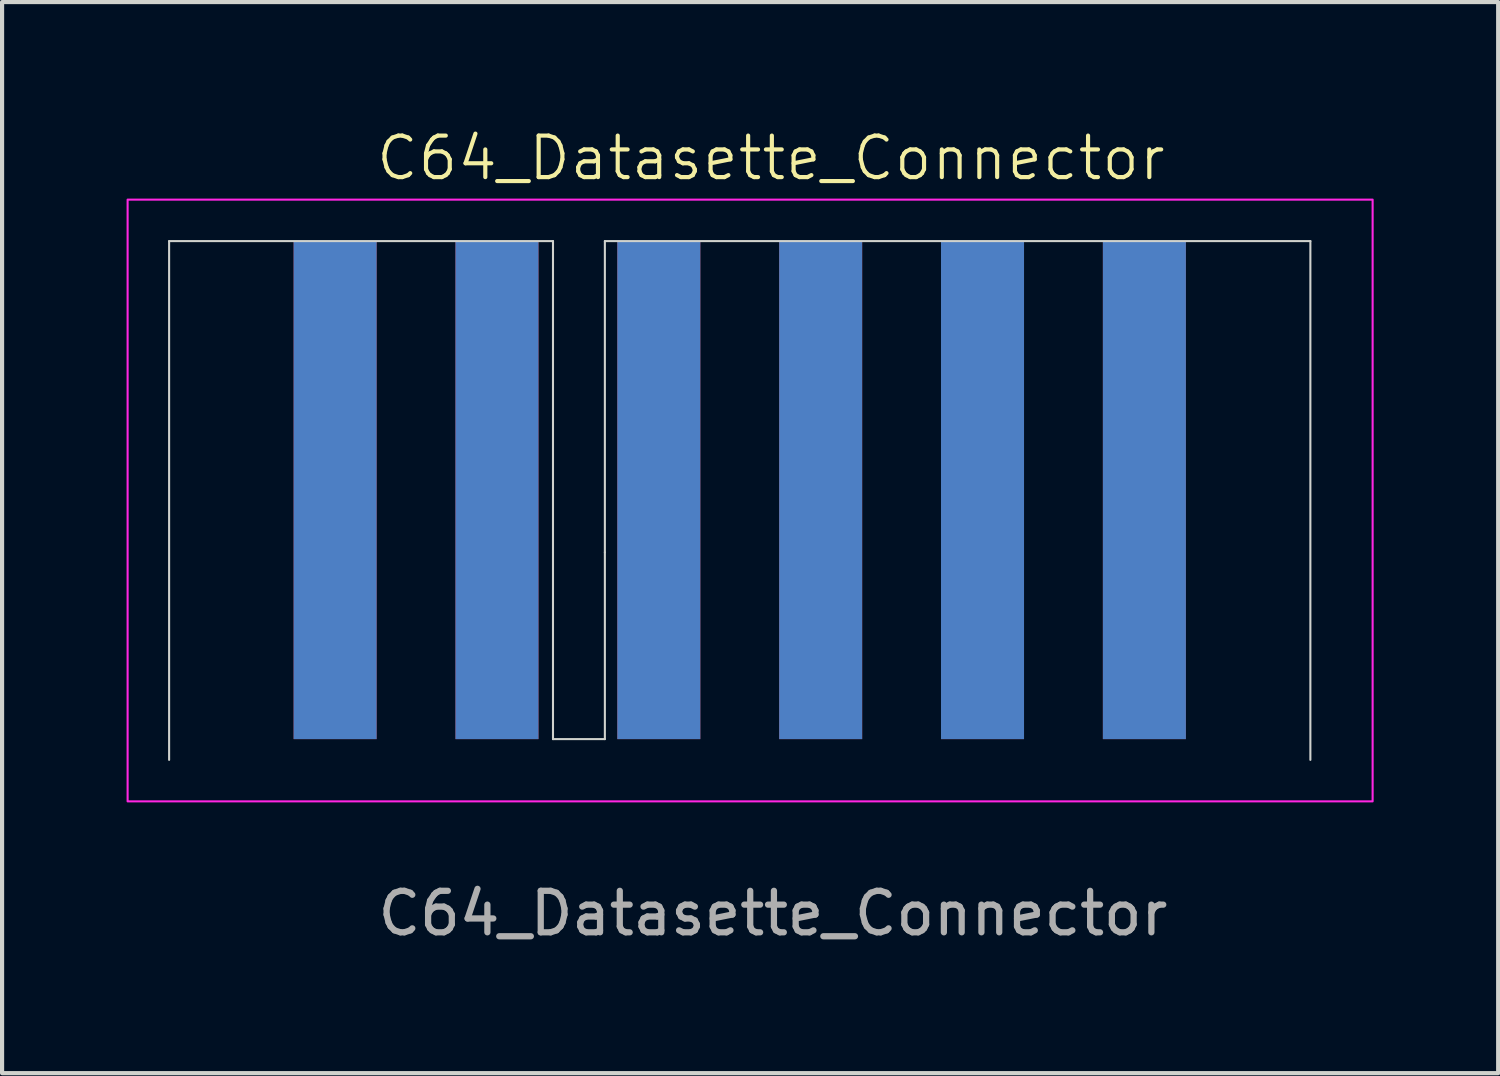
<source format=kicad_pcb>
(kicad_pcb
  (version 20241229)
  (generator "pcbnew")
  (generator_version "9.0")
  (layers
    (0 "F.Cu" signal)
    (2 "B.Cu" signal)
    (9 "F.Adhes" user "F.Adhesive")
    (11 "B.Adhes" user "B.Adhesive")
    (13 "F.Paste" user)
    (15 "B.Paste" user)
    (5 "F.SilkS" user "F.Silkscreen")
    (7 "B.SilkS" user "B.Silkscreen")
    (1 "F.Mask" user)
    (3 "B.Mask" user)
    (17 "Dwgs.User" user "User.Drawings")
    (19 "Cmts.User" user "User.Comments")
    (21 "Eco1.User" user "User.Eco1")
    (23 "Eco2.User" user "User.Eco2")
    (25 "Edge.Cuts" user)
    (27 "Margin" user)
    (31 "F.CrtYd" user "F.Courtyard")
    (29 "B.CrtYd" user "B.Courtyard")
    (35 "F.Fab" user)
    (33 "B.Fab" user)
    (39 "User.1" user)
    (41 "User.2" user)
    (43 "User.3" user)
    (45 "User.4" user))
  (footprint "C64_Datasette_Connector"
    (layer "F.Cu")
    (at 1.025 2.76)
    (property "Reference" "C64_Datasette_Connector" (at 14.5 -2 0) (unlocked yes) (layer "F.SilkS") (effects (font (size 1 1) (thickness 0.1))))
    (fp_line (start 0 0) (end 9.25 0) (stroke (width 0.05) (type default)) (layer "Edge.Cuts"))
    (fp_line (start 0 12.5) (end 0 0) (stroke (width 0.05) (type default)) (layer "Edge.Cuts"))
    (fp_line (start 9.25 0) (end 9.25 7.5) (stroke (width 0.05) (type default)) (layer "Edge.Cuts"))
    (fp_line (start 9.25 7.5) (end 9.25 12) (stroke (width 0.05) (type default)) (layer "Edge.Cuts"))
    (fp_line (start 9.25 12) (end 10.5 12) (stroke (width 0.05) (type default)) (layer "Edge.Cuts"))
    (fp_line (start 10.5 0) (end 27.5 0) (stroke (width 0.05) (type default)) (layer "Edge.Cuts"))
    (fp_line (start 10.5 7.5) (end 10.5 0) (stroke (width 0.05) (type default)) (layer "Edge.Cuts"))
    (fp_line (start 10.5 7.5) (end 10.5 12) (stroke (width 0.05) (type default)) (layer "Edge.Cuts"))
    (fp_line (start 27.5 0) (end 27.5 12.5) (stroke (width 0.05) (type default)) (layer "Edge.Cuts"))
    (fp_rect (start -1 -1) (end 29 13.5) (stroke (width 0.05) (type default)) (fill no) (layer "F.CrtYd"))
    (fp_text user "${REFERENCE}" (at 14.55 16.2 0) (unlocked yes) (layer "F.Fab") (effects (font (size 1 1) (thickness 0.15))))
    (pad "1" connect rect (at 4 6) (size 2 12) (layers "*.Mask" "F.Cu"))
    (pad "1" connect rect (at 4 6 180) (size 2 12) (layers "*.Mask" "B.Cu"))
    (pad "2" connect rect (at 7.9 6) (size 2 12) (layers "*.Mask" "F.Cu"))
    (pad "2" connect rect (at 7.9 6 180) (size 2 12) (layers "*.Mask" "B.Cu"))
    (pad "3" connect rect (at 11.8 6) (size 2 12) (layers "*.Mask" "F.Cu"))
    (pad "3" connect rect (at 11.8 6 180) (size 2 12) (layers "*.Mask" "B.Cu"))
    (pad "4" connect rect (at 15.7 6) (size 2 12) (layers "*.Mask" "F.Cu"))
    (pad "4" connect rect (at 15.7 6 180) (size 2 12) (layers "*.Mask" "B.Cu"))
    (pad "5" connect rect (at 19.6 6) (size 2 12) (layers "*.Mask" "F.Cu"))
    (pad "5" connect rect (at 19.6 6 180) (size 2 12) (layers "*.Mask" "B.Cu"))
    (pad "6" connect rect (at 23.5 6) (size 2 12) (layers "*.Mask" "F.Cu"))
    (pad "6" connect rect (at 23.5 6 180) (size 2 12) (layers "*.Mask" "B.Cu")))
  (gr_rect
    (start -3 -3)
    (end 33.05 22.809)
    (stroke (width 0.1) (type default))
    (fill no)
    (layer "Edge.Cuts")))
</source>
